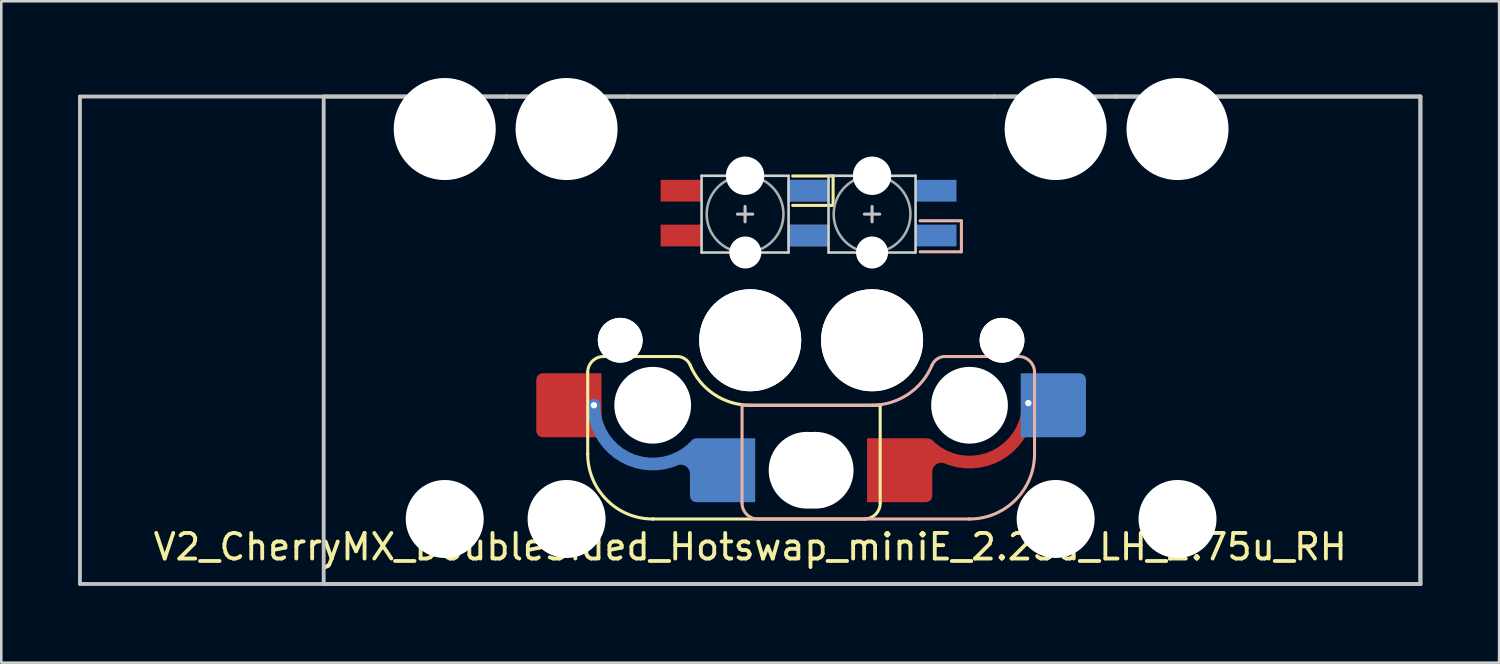
<source format=kicad_pcb>
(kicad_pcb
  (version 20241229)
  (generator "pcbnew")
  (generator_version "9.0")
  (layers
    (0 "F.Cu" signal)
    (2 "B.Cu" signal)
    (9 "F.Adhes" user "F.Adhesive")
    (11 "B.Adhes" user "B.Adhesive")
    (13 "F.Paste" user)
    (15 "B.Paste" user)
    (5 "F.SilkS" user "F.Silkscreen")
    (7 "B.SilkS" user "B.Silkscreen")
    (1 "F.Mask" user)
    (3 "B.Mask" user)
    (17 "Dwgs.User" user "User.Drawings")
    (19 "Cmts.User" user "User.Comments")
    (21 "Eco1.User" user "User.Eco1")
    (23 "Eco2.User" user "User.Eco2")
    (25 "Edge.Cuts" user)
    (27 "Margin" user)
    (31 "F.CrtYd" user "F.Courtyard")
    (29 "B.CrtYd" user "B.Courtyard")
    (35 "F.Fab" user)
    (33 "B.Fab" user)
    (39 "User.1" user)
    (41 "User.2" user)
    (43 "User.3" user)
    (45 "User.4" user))
  (footprint "V2_CherryMX_DoubleSided_Hotswap_miniE_2.25u_LH_2.75u_RH"
    (layer "F.Cu")
    (at 26.269 9.924)
    (property "Reference" "V2_CherryMX_DoubleSided_Hotswap_miniE_2.25u_LH_2.75u_RH" (at 0 8.4 0) (layer "F.SilkS") (effects (font (size 1 1) (thickness 0.15))))
    (attr through_hole)
    (fp_poly (pts (xy -3.45 -5.895) (xy -1.95 -5.895) (xy -1.95 -5.145) (xy -3.45 -5.145)) (stroke (width 0.1) (type solid)) (fill yes) (layer "F.Mask"))
    (fp_poly (pts (xy -3.45 -4.145) (xy -1.95 -4.145) (xy -1.95 -3.395) (xy -3.45 -3.395)) (stroke (width 0.1) (type solid)) (fill yes) (layer "F.Mask"))
    (fp_poly (pts (xy 1.55 -4.145) (xy 3.05 -4.145) (xy 3.05 -3.395) (xy 1.55 -3.395)) (stroke (width 0.1) (type solid)) (fill yes) (layer "F.Mask"))
    (fp_poly (pts (xy 1.55 -5.895) (xy 2.65 -5.895) (xy 3.05 -5.495) (xy 3.05 -5.145) (xy 1.55 -5.145)) (stroke (width 0.1) (type solid)) (fill yes) (layer "F.Mask"))
    (fp_poly (pts (xy 1.512 -5.895) (xy 3.013 -5.895) (xy 3.013 -5.145) (xy 1.512 -5.145)) (stroke (width 0.1) (type solid)) (fill yes) (layer "B.Mask"))
    (fp_poly (pts (xy 1.512 -4.145) (xy 3.013 -4.145) (xy 3.013 -3.395) (xy 1.512 -3.395)) (stroke (width 0.1) (type solid)) (fill yes) (layer "B.Mask"))
    (fp_poly (pts (xy 6.513 -5.895) (xy 8.012 -5.895) (xy 8.012 -5.145) (xy 6.513 -5.145)) (stroke (width 0.1) (type solid)) (fill yes) (layer "B.Mask"))
    (fp_poly (pts (xy 6.513 -4.145) (xy 8.012 -4.145) (xy 8.012 -3.82) (xy 7.612 -3.395) (xy 6.513 -3.395)) (stroke (width 0.1) (type solid)) (fill yes) (layer "B.Mask"))
    (fp_line (start -6.35 4.769) (end -6.35 1.584) (stroke (width 0.12) (type solid)) (layer "F.SilkS"))
    (fp_line (start -6.35 4.769) (end -6.35 4.769) (stroke (width 0.12) (type solid)) (layer "F.SilkS"))
    (fp_line (start -5.73 0.959) (end -2.84 0.959) (stroke (width 0.12) (type solid)) (layer "F.SilkS"))
    (fp_line (start -3.81 7.309) (end -3.81 7.309) (stroke (width 0.12) (type solid)) (layer "F.SilkS"))
    (fp_line (start -3.81 7.309) (end 4.46 7.309) (stroke (width 0.12) (type solid)) (layer "F.SilkS"))
    (fp_line (start 0 2.864) (end 0 2.864) (stroke (width 0.12) (type solid)) (layer "F.SilkS"))
    (fp_line (start 0 2.864) (end 5.08 2.864) (stroke (width 0.12) (type solid)) (layer "F.SilkS"))
    (fp_line (start 3.24 -6.096) (end 1.66 -6.096) (stroke (width 0.12) (type solid)) (layer "F.SilkS"))
    (fp_line (start 3.24 -4.954) (end 3.24 -6.096) (stroke (width 0.12) (type solid)) (layer "F.SilkS"))
    (fp_line (start 3.24 -4.946) (end 1.66 -4.946) (stroke (width 0.12) (type solid)) (layer "F.SilkS"))
    (fp_line (start 5.08 2.864) (end 5.08 2.864) (stroke (width 0.12) (type solid)) (layer "F.SilkS"))
    (fp_line (start 5.08 2.864) (end 5.08 2.864) (stroke (width 0.12) (type solid)) (layer "F.SilkS"))
    (fp_line (start 5.08 6.694) (end 5.08 2.864) (stroke (width 0.12) (type solid)) (layer "F.SilkS"))
    (fp_arc (start -6.35 1.57445) (mid -6.169871 1.139579) (end -5.735 0.95945) (stroke (width 0.12) (type default)) (layer "F.SilkS"))
    (fp_arc (start -3.81 7.30945) (mid -5.606051 6.565501) (end -6.35 4.76945) (stroke (width 0.12) (type solid)) (layer "F.SilkS"))
    (fp_arc (start -2.840072 0.95945) (mid -2.539136 1.058774) (end -2.34 1.305295) (stroke (width 0.12) (type default)) (layer "F.SilkS"))
    (fp_arc (start 0 2.86445) (mid -1.405313 2.439652) (end -2.34 1.307522) (stroke (width 0.12) (type solid)) (layer "F.SilkS"))
    (fp_arc (start 5.080129 6.69445) (mid 4.899999 7.12932) (end 4.465129 7.30945) (stroke (width 0.12) (type default)) (layer "F.SilkS"))
    (fp_line (start -0.318 2.864) (end -0.318 2.864) (stroke (width 0.12) (type solid)) (layer "B.SilkS"))
    (fp_line (start -0.318 2.864) (end -0.318 2.864) (stroke (width 0.12) (type solid)) (layer "B.SilkS"))
    (fp_line (start -0.318 6.684) (end -0.318 2.864) (stroke (width 0.12) (type solid)) (layer "B.SilkS"))
    (fp_line (start 0.302 7.309) (end 8.572 7.309) (stroke (width 0.12) (type solid)) (layer "B.SilkS"))
    (fp_line (start 4.763 2.864) (end -0.318 2.864) (stroke (width 0.12) (type solid)) (layer "B.SilkS"))
    (fp_line (start 4.763 2.864) (end 4.763 2.864) (stroke (width 0.12) (type solid)) (layer "B.SilkS"))
    (fp_line (start 6.637 -4.346) (end 8.248 -4.346) (stroke (width 0.12) (type solid)) (layer "B.SilkS"))
    (fp_line (start 6.643 -3.134) (end 8.254 -3.134) (stroke (width 0.12) (type solid)) (layer "B.SilkS"))
    (fp_line (start 7.622 0.959) (end 10.482 0.959) (stroke (width 0.12) (type solid)) (layer "B.SilkS"))
    (fp_line (start 8.254 -3.134) (end 8.254 -4.346) (stroke (width 0.12) (type solid)) (layer "B.SilkS"))
    (fp_line (start 8.572 7.309) (end 8.572 7.309) (stroke (width 0.12) (type solid)) (layer "B.SilkS"))
    (fp_line (start 11.113 1.574) (end 11.113 4.769) (stroke (width 0.12) (type solid)) (layer "B.SilkS"))
    (fp_line (start 11.113 4.769) (end 11.113 4.769) (stroke (width 0.12) (type solid)) (layer "B.SilkS"))
    (fp_arc (start 0.2975 7.30945) (mid -0.137371 7.129321) (end -0.3175 6.69445) (stroke (width 0.12) (type default)) (layer "B.SilkS"))
    (fp_arc (start 7.1025 1.30445) (mid 6.167813 2.43658) (end 4.7625 2.861378) (stroke (width 0.12) (type solid)) (layer "B.SilkS"))
    (fp_arc (start 7.1025 1.30445) (mid 7.309883 1.052341) (end 7.622499 0.958313) (stroke (width 0.12) (type default)) (layer "B.SilkS"))
    (fp_arc (start 10.497629 0.95945) (mid 10.932516 1.139584) (end 11.112629 1.57445) (stroke (width 0.12) (type default)) (layer "B.SilkS"))
    (fp_arc (start 11.1125 4.76945) (mid 10.368551 6.565501) (end 8.5725 7.30945) (stroke (width 0.12) (type solid)) (layer "B.SilkS"))
    (fp_line (start -26.194 -9.201) (end 26.194 -9.201) (stroke (width 0.15) (type solid)) (layer "Dwgs.User"))
    (fp_line (start -26.194 9.849) (end -26.194 -9.201) (stroke (width 0.15) (type solid)) (layer "Dwgs.User"))
    (fp_line (start -16.669 -9.201) (end 26.194 -9.201) (stroke (width 0.15) (type solid)) (layer "Dwgs.User"))
    (fp_line (start -16.669 9.849) (end -16.669 -9.201) (stroke (width 0.15) (type solid)) (layer "Dwgs.User"))
    (fp_line (start -9.525 -9.201) (end -9.525 -9.201) (stroke (width 0.15) (type solid)) (layer "Dwgs.User"))
    (fp_line (start -9.525 -9.201) (end -9.525 -9.201) (stroke (width 0.15) (type solid)) (layer "Dwgs.User"))
    (fp_line (start -9.525 -9.201) (end -9.525 -9.201) (stroke (width 0.15) (type solid)) (layer "Dwgs.User"))
    (fp_line (start -9.525 -9.201) (end -9.525 -9.201) (stroke (width 0.15) (type solid)) (layer "Dwgs.User"))
    (fp_line (start -9.525 9.849) (end -9.525 9.849) (stroke (width 0.15) (type solid)) (layer "Dwgs.User"))
    (fp_line (start -9.525 9.849) (end -9.525 9.849) (stroke (width 0.15) (type solid)) (layer "Dwgs.User"))
    (fp_line (start -9.525 9.849) (end -9.525 9.849) (stroke (width 0.15) (type solid)) (layer "Dwgs.User"))
    (fp_line (start -9.525 9.849) (end -9.525 9.849) (stroke (width 0.15) (type solid)) (layer "Dwgs.User"))
    (fp_line (start -4.763 -9.201) (end -4.763 -9.201) (stroke (width 0.15) (type solid)) (layer "Dwgs.User"))
    (fp_line (start -4.763 -9.201) (end -4.763 -9.201) (stroke (width 0.15) (type solid)) (layer "Dwgs.User"))
    (fp_line (start -4.763 -9.201) (end -4.763 -9.201) (stroke (width 0.15) (type solid)) (layer "Dwgs.User"))
    (fp_line (start -4.763 -9.201) (end -4.763 -9.201) (stroke (width 0.15) (type solid)) (layer "Dwgs.User"))
    (fp_line (start -4.763 9.849) (end -4.763 9.849) (stroke (width 0.15) (type solid)) (layer "Dwgs.User"))
    (fp_line (start -4.763 9.849) (end -4.763 9.849) (stroke (width 0.15) (type solid)) (layer "Dwgs.User"))
    (fp_line (start -4.763 9.849) (end -4.763 9.849) (stroke (width 0.15) (type solid)) (layer "Dwgs.User"))
    (fp_line (start -4.763 9.849) (end -4.763 9.849) (stroke (width 0.15) (type solid)) (layer "Dwgs.User"))
    (fp_line (start -0.5 -4.605) (end 0.1 -4.605) (stroke (width 0.12) (type solid)) (layer "Dwgs.User"))
    (fp_line (start -0.2 -4.305) (end -0.2 -4.905) (stroke (width 0.12) (type solid)) (layer "Dwgs.User"))
    (fp_line (start 4.463 -4.605) (end 5.062 -4.605) (stroke (width 0.12) (type solid)) (layer "Dwgs.User"))
    (fp_line (start 4.763 -4.305) (end 4.763 -4.905) (stroke (width 0.12) (type solid)) (layer "Dwgs.User"))
    (fp_line (start 9.525 -9.201) (end 9.525 -9.201) (stroke (width 0.15) (type solid)) (layer "Dwgs.User"))
    (fp_line (start 9.525 -9.201) (end 9.525 -9.201) (stroke (width 0.15) (type solid)) (layer "Dwgs.User"))
    (fp_line (start 9.525 -9.201) (end 9.525 -9.201) (stroke (width 0.15) (type solid)) (layer "Dwgs.User"))
    (fp_line (start 9.525 -9.201) (end 9.525 -9.201) (stroke (width 0.15) (type solid)) (layer "Dwgs.User"))
    (fp_line (start 9.525 9.849) (end 9.525 9.849) (stroke (width 0.15) (type solid)) (layer "Dwgs.User"))
    (fp_line (start 9.525 9.849) (end 9.525 9.849) (stroke (width 0.15) (type solid)) (layer "Dwgs.User"))
    (fp_line (start 9.525 9.849) (end 9.525 9.849) (stroke (width 0.15) (type solid)) (layer "Dwgs.User"))
    (fp_line (start 9.525 9.849) (end 9.525 9.849) (stroke (width 0.15) (type solid)) (layer "Dwgs.User"))
    (fp_line (start 14.287 -9.201) (end 14.287 -9.201) (stroke (width 0.15) (type solid)) (layer "Dwgs.User"))
    (fp_line (start 14.287 -9.201) (end 14.287 -9.201) (stroke (width 0.15) (type solid)) (layer "Dwgs.User"))
    (fp_line (start 14.287 -9.201) (end 14.287 -9.201) (stroke (width 0.15) (type solid)) (layer "Dwgs.User"))
    (fp_line (start 14.287 -9.201) (end 14.287 -9.201) (stroke (width 0.15) (type solid)) (layer "Dwgs.User"))
    (fp_line (start 14.287 9.849) (end 14.287 9.849) (stroke (width 0.15) (type solid)) (layer "Dwgs.User"))
    (fp_line (start 14.287 9.849) (end 14.287 9.849) (stroke (width 0.15) (type solid)) (layer "Dwgs.User"))
    (fp_line (start 14.287 9.849) (end 14.287 9.849) (stroke (width 0.15) (type solid)) (layer "Dwgs.User"))
    (fp_line (start 14.287 9.849) (end 14.287 9.849) (stroke (width 0.15) (type solid)) (layer "Dwgs.User"))
    (fp_line (start 26.194 -9.201) (end 26.194 9.849) (stroke (width 0.15) (type solid)) (layer "Dwgs.User"))
    (fp_line (start 26.194 -9.201) (end 26.194 9.849) (stroke (width 0.15) (type solid)) (layer "Dwgs.User"))
    (fp_line (start 26.194 9.849) (end -26.194 9.849) (stroke (width 0.15) (type solid)) (layer "Dwgs.User"))
    (fp_line (start 26.194 9.849) (end -16.669 9.849) (stroke (width 0.15) (type solid)) (layer "Dwgs.User"))
    (fp_line (start -1.9 -6.105) (end -1.9 -3.105) (stroke (width 0.1) (type solid)) (layer "Edge.Cuts"))
    (fp_line (start 1.5 -6.105) (end -1.9 -6.105) (stroke (width 0.1) (type solid)) (layer "Edge.Cuts"))
    (fp_line (start 1.5 -3.105) (end -1.9 -3.105) (stroke (width 0.1) (type solid)) (layer "Edge.Cuts"))
    (fp_line (start 1.5 -3.105) (end 1.5 -6.105) (stroke (width 0.1) (type solid)) (layer "Edge.Cuts"))
    (fp_line (start 3.062 -6.105) (end 3.062 -3.105) (stroke (width 0.1) (type solid)) (layer "Edge.Cuts"))
    (fp_line (start 6.463 -6.105) (end 3.062 -6.105) (stroke (width 0.1) (type solid)) (layer "Edge.Cuts"))
    (fp_line (start 6.463 -3.105) (end 3.062 -3.105) (stroke (width 0.1) (type solid)) (layer "Edge.Cuts"))
    (fp_line (start 6.463 -3.105) (end 6.463 -6.105) (stroke (width 0.1) (type solid)) (layer "Edge.Cuts"))
    (fp_circle (center -0.2 -4.605) (end -0.2 -6.105) (stroke (width 0.1) (type solid)) (fill no) (layer "F.Fab"))
    (fp_circle (center 4.763 -4.605) (end 4.763 -6.105) (stroke (width 0.1) (type solid)) (fill no) (layer "F.Fab"))
    (fp_line (start -9.525 9.849) (end -9.525 -9.201) (stroke (width 0.15) (type solid)) (layer "User.2"))
    (fp_line (start -4.763 9.849) (end -4.763 -9.201) (stroke (width 0.15) (type solid)) (layer "User.2"))
    (fp_line (start 9.525 -9.201) (end -9.525 -9.201) (stroke (width 0.15) (type solid)) (layer "User.2"))
    (fp_line (start 9.525 9.849) (end -9.525 9.849) (stroke (width 0.15) (type solid)) (layer "User.2"))
    (fp_line (start 9.525 9.849) (end 9.525 -9.201) (stroke (width 0.15) (type solid)) (layer "User.2"))
    (fp_line (start 14.287 -9.201) (end -4.763 -9.201) (stroke (width 0.15) (type solid)) (layer "User.2"))
    (fp_line (start 14.287 9.849) (end -4.763 9.849) (stroke (width 0.15) (type solid)) (layer "User.2"))
    (fp_line (start 14.287 9.849) (end 14.287 -9.201) (stroke (width 0.15) (type solid)) (layer "User.2"))
    (pad "" np_thru_hole circle (at -11.938 -7.931) (size 3.988 3.988) (drill 3.988) (layers "*.Cu" "*.Mask"))
    (pad "" np_thru_hole circle (at -11.938 7.309) (size 3.048 3.048) (drill 3.048) (layers "*.Cu" "*.Mask"))
    (pad "" np_thru_hole circle (at -7.176 -7.931) (size 3.988 3.988) (drill 3.988) (layers "*.Cu" "*.Mask"))
    (pad "" np_thru_hole circle (at -7.176 7.309) (size 3.048 3.048) (drill 3.048) (layers "*.Cu" "*.Mask"))
    (pad "" np_thru_hole circle (at -5.08 0.324 180) (size 1.75 1.75) (drill 1.75) (layers "*.Cu" "*.Mask"))
    (pad "" np_thru_hole circle (at -5.08 0.324 180) (size 1.75 1.75) (drill 1.75) (layers "*.Cu" "*.Mask"))
    (pad "" np_thru_hole circle (at -3.81 2.864 180) (size 3 3) (drill 3) (layers "*.Cu" "*.Mask"))
    (pad "" np_thru_hole circle (at -0.318 0.324 180) (size 1.75 1.75) (drill 1.75) (layers "*.Cu" "*.Mask"))
    (pad "" np_thru_hole circle (at -0.318 0.324 180) (size 1.75 1.75) (drill 1.75) (layers "*.Cu" "*.Mask"))
    (pad "" np_thru_hole circle (at -0.2 -6.105 180) (size 1.5 1.5) (drill 1.5) (layers "*.Cu" "*.Mask"))
    (pad "" np_thru_hole circle (at -0.19 -3.106 180) (size 1.25 1.25) (drill 1.25) (layers "*.Cu" "*.Mask"))
    (pad "" np_thru_hole circle (at 0 0.324 180) (size 3.988 3.988) (drill 3.988) (layers "*.Cu" "*.Mask"))
    (pad "" np_thru_hole circle (at 0 0.324 180) (size 3.988 3.988) (drill 3.988) (layers "*.Cu" "*.Mask"))
    (pad "" np_thru_hole circle (at 2.223 5.404 180) (size 3 3) (drill 3) (layers "*.Cu" "*.Mask"))
    (pad "" np_thru_hole circle (at 2.54 5.404 180) (size 3 3) (drill 3) (layers "*.Cu" "*.Mask"))
    (pad "" np_thru_hole circle (at 4.763 -6.105 180) (size 1.5 1.5) (drill 1.5) (layers "*.Cu" "*.Mask"))
    (pad "" np_thru_hole circle (at 4.763 -3.106 180) (size 1.25 1.25) (drill 1.25) (layers "*.Cu" "*.Mask"))
    (pad "" np_thru_hole circle (at 4.763 0.324 180) (size 3.988 3.988) (drill 3.988) (layers "*.Cu" "*.Mask"))
    (pad "" np_thru_hole circle (at 4.763 0.324 180) (size 3.988 3.988) (drill 3.988) (layers "*.Cu" "*.Mask"))
    (pad "" np_thru_hole circle (at 5.08 0.324 180) (size 1.75 1.75) (drill 1.75) (layers "*.Cu" "*.Mask"))
    (pad "" np_thru_hole circle (at 5.08 0.324 180) (size 1.75 1.75) (drill 1.75) (layers "*.Cu" "*.Mask"))
    (pad "" np_thru_hole circle (at 8.572 2.864 180) (size 3 3) (drill 3) (layers "*.Cu" "*.Mask"))
    (pad "" np_thru_hole circle (at 9.842 0.324 180) (size 1.75 1.75) (drill 1.75) (layers "*.Cu" "*.Mask"))
    (pad "" np_thru_hole circle (at 9.842 0.324 180) (size 1.75 1.75) (drill 1.75) (layers "*.Cu" "*.Mask"))
    (pad "" np_thru_hole circle (at 11.938 -7.931) (size 3.988 3.988) (drill 3.988) (layers "*.Cu" "*.Mask"))
    (pad "" np_thru_hole circle (at 11.938 7.309) (size 3.048 3.048) (drill 3.048) (layers "*.Cu" "*.Mask"))
    (pad "" np_thru_hole circle (at 16.701 -7.931) (size 3.988 3.988) (drill 3.988) (layers "*.Cu" "*.Mask"))
    (pad "" np_thru_hole circle (at 16.701 7.309) (size 3.048 3.048) (drill 3.048) (layers "*.Cu" "*.Mask"))
    (pad "1" smd rect (at -2.7 -3.77) (size 1.6 0.85) (layers "F.Cu"))
    (pad "1" smd rect (at 2.263 -5.52) (size 1.6 0.85) (layers "B.Cu"))
    (pad "2" smd rect (at -2.7 -5.52 180) (size 1.6 0.85) (layers "F.Cu"))
    (pad "2" smd rect (at 2.263 -3.77 180) (size 1.6 0.85) (layers "B.Cu"))
    (pad "3" smd rect (at 2.3 -5.52 180) (size 1.6 0.85) (layers "F.Cu"))
    (pad "3" smd rect (at 7.263 -3.77 180) (size 1.6 0.85) (layers "B.Cu"))
    (pad "4" smd rect (at 2.3 -3.77) (size 1.6 0.85) (layers "F.Cu"))
    (pad "4" smd rect (at 7.263 -5.52) (size 1.6 0.85) (layers "B.Cu"))
    (pad "5" smd custom (at 5.842 5.404 180) (size 2.5 2.5) (layers "F.Cu" "F.Mask" "F.Paste") (options (anchor circle)) (primitives (gr_poly (pts (xy -1.275 -1) (xy -1.256 -1.096) (xy -1.202 -1.177) (xy -1.121 -1.231) (xy -1.025 -1.25) (xy 1.275 -1.25) (xy 1.275 1.25) (xy -1.025 1.25) (xy -1.121 1.231) (xy -1.202 1.177) (xy -1.256 1.096) (xy -1.275 1)) (width 0) (fill yes)) (gr_arc (start -5.025683 2.616166) (mid -3.608 0.49445) (end -1.105266 0.992274) (width 0.5)) (gr_arc (start -1.027185 -0.092313) (mid -1.269157 0.420616) (end -1.829545 0.507858) (width 0.5))))
    (pad "5" thru_hole circle (at 10.87 2.78) (size 0.5 0.5) (drill 0.25) (layers "*.Cu" "*.Mask"))
    (pad "5" smd roundrect (at 11.848 2.864 180) (size 2.55 2.5) (layers "B.Cu" "B.Mask" "B.Paste") (roundrect_rratio 0.1) (chamfer_ratio 0) (chamfer top_right bottom_right))
    (pad "6" smd roundrect (at -7.085 2.864 180) (size 2.55 2.5) (layers "F.Cu" "F.Mask" "F.Paste") (roundrect_rratio 0.1) (chamfer_ratio 0) (chamfer top_left bottom_left))
    (pad "6" thru_hole circle (at -6.107 2.864) (size 0.5 0.5) (drill 0.25) (layers "*.Cu" "*.Mask"))
    (pad "6" smd custom (at -1.079 5.404 180) (size 2.5 2.5) (layers "B.Cu" "B.Mask" "B.Paste") (options (anchor circle)) (primitives (gr_arc (start 1.106609 0.916108) (mid 3.609343 0.418284) (end 5.027026 2.54) (width 0.5)) (gr_arc (start 1.830888 0.431692) (mid 1.2705 0.34445) (end 1.028528 -0.168479) (width 0.5)) (gr_poly (pts (xy -1.275 -1.25) (xy 1.025 -1.25) (xy 1.121 -1.231) (xy 1.202 -1.177) (xy 1.256 -1.096) (xy 1.275 -1) (xy 1.275 1) (xy 1.256 1.096) (xy 1.202 1.177) (xy 1.121 1.231) (xy 1.025 1.25) (xy -1.275 1.25)) (width 0) (fill yes)))))
  (gr_rect
    (start -3 -3)
    (end 55.538 22.849)
    (stroke (width 0.1) (type default))
    (fill no)
    (layer "Edge.Cuts")))
</source>
